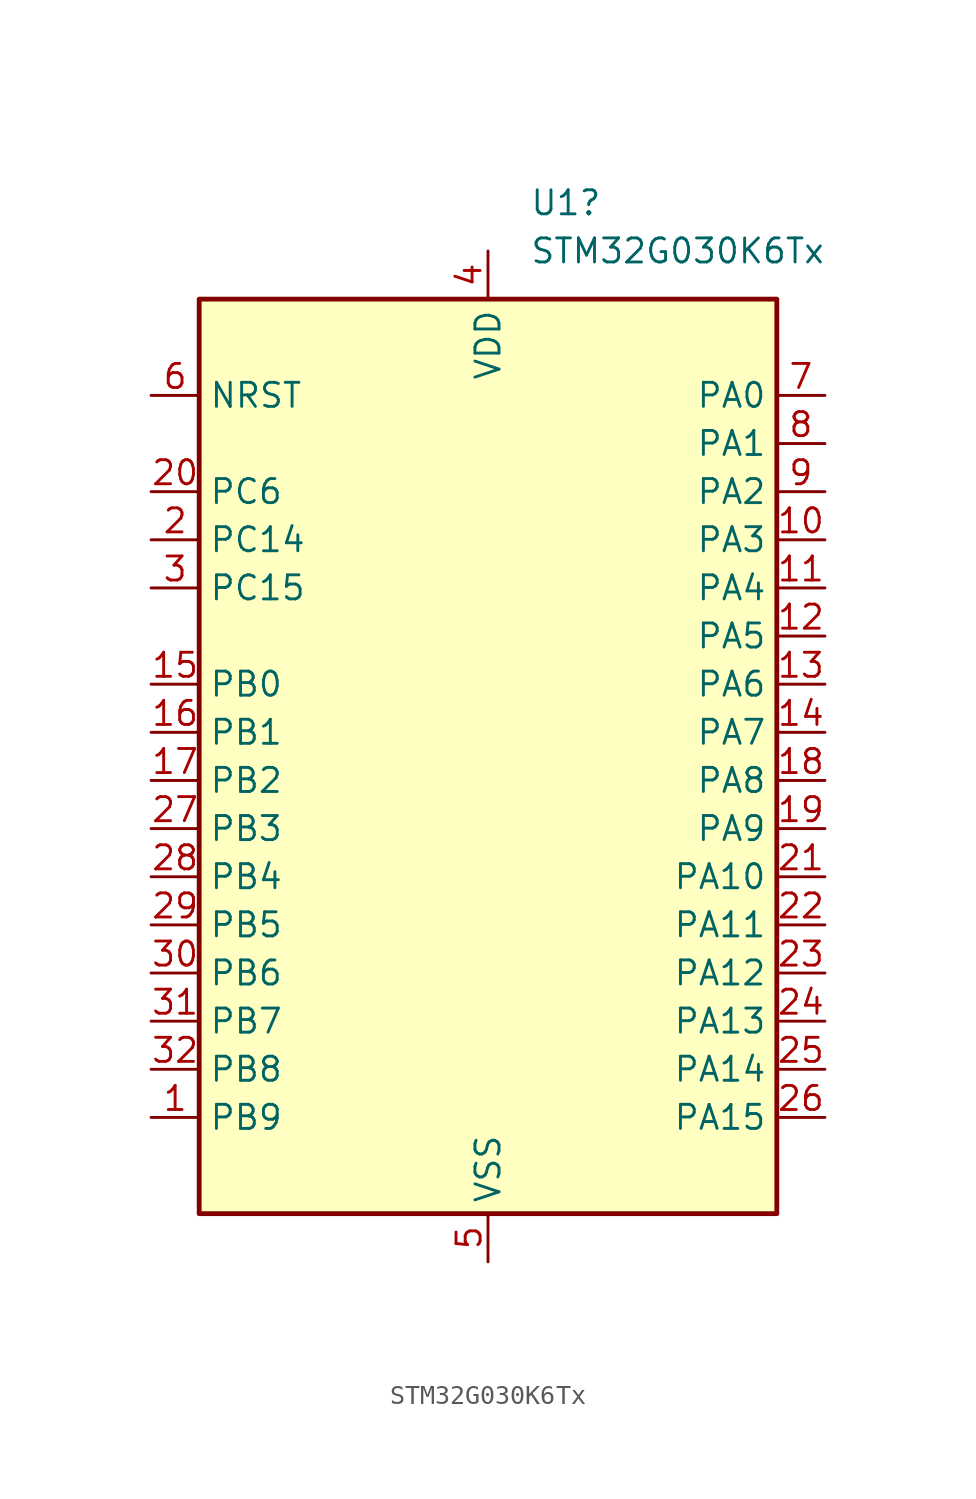
<source format=kicad_sym>
(kicad_symbol_lib
  (version 20231120)
  (generator "kicad_symbol_editor")
  (generator_version "8.0")
  (symbol "STM32G030K6Tx"
    (property "Reference" "U1"
      (at 2.194 30.48 0)
      (effects (font (size 1.27 1.27)) (justify left)))
    (property "Value" "STM32G030K6Tx"
      (at 2.194 27.94 0)
      (effects (font (size 1.27 1.27)) (justify left)))
    (symbol "STM32G030K6Tx_0_1"
      (rectangle (start -15.24 25.4) (end 15.24 -22.86) (stroke (width 0.254) (type default)) (fill (type background))))
    (symbol "STM32G030K6Tx_1_1"
      (pin bidirectional line (at -17.78 -17.78 0) (length 2.54) (name "PB9" (effects (font (size 1.27 1.27)))) (number "1" (effects (font (size 1.27 1.27)))) (alternate "I2C1_SDA" bidirectional line) (alternate "IR_OUT" bidirectional line) (alternate "SPI2_NSS" bidirectional line) (alternate "TIM17_CH1" bidirectional line))
      (pin bidirectional line (at 17.78 12.7 180) (length 2.54) (name "PA3" (effects (font (size 1.27 1.27)))) (number "10" (effects (font (size 1.27 1.27)))) (alternate "ADC1_IN3" bidirectional line) (alternate "SPI2_MISO" bidirectional line) (alternate "USART2_RX" bidirectional line))
      (pin bidirectional line (at 17.78 10.16 180) (length 2.54) (name "PA4" (effects (font (size 1.27 1.27)))) (number "11" (effects (font (size 1.27 1.27)))) (alternate "ADC1_IN4" bidirectional line) (alternate "I2S1_WS" bidirectional line) (alternate "RTC_OUT_ALARM" bidirectional line) (alternate "RTC_OUT_CALIB" bidirectional line) (alternate "RTC_TAMP_IN1" bidirectional line) (alternate "RTC_TS" bidirectional line) (alternate "SPI1_NSS" bidirectional line) (alternate "SPI2_MOSI" bidirectional line) (alternate "SYS_WKUP2" bidirectional line) (alternate "TIM14_CH1" bidirectional line))
      (pin bidirectional line (at 17.78 7.62 180) (length 2.54) (name "PA5" (effects (font (size 1.27 1.27)))) (number "12" (effects (font (size 1.27 1.27)))) (alternate "ADC1_IN5" bidirectional line) (alternate "I2S1_CK" bidirectional line) (alternate "SPI1_SCK" bidirectional line))
      (pin bidirectional line (at 17.78 5.08 180) (length 2.54) (name "PA6" (effects (font (size 1.27 1.27)))) (number "13" (effects (font (size 1.27 1.27)))) (alternate "ADC1_IN6" bidirectional line) (alternate "I2S1_MCK" bidirectional line) (alternate "SPI1_MISO" bidirectional line) (alternate "TIM16_CH1" bidirectional line) (alternate "TIM1_BK" bidirectional line) (alternate "TIM3_CH1" bidirectional line))
      (pin bidirectional line (at 17.78 2.54 180) (length 2.54) (name "PA7" (effects (font (size 1.27 1.27)))) (number "14" (effects (font (size 1.27 1.27)))) (alternate "ADC1_IN7" bidirectional line) (alternate "I2S1_SD" bidirectional line) (alternate "SPI1_MOSI" bidirectional line) (alternate "TIM14_CH1" bidirectional line) (alternate "TIM17_CH1" bidirectional line) (alternate "TIM1_CH1N" bidirectional line) (alternate "TIM3_CH2" bidirectional line))
      (pin bidirectional line (at -17.78 5.08 0) (length 2.54) (name "PB0" (effects (font (size 1.27 1.27)))) (number "15" (effects (font (size 1.27 1.27)))) (alternate "ADC1_IN8" bidirectional line) (alternate "I2S1_WS" bidirectional line) (alternate "SPI1_NSS" bidirectional line) (alternate "TIM1_CH2N" bidirectional line) (alternate "TIM3_CH3" bidirectional line))
      (pin bidirectional line (at -17.78 2.54 0) (length 2.54) (name "PB1" (effects (font (size 1.27 1.27)))) (number "16" (effects (font (size 1.27 1.27)))) (alternate "ADC1_IN9" bidirectional line) (alternate "TIM14_CH1" bidirectional line) (alternate "TIM1_CH3N" bidirectional line) (alternate "TIM3_CH4" bidirectional line))
      (pin bidirectional line (at -17.78 0 0) (length 2.54) (name "PB2" (effects (font (size 1.27 1.27)))) (number "17" (effects (font (size 1.27 1.27)))) (alternate "ADC1_IN10" bidirectional line) (alternate "SPI2_MISO" bidirectional line))
      (pin bidirectional line (at 17.78 0 180) (length 2.54) (name "PA8" (effects (font (size 1.27 1.27)))) (number "18" (effects (font (size 1.27 1.27)))) (alternate "RCC_MCO" bidirectional line) (alternate "SPI2_NSS" bidirectional line) (alternate "TIM1_CH1" bidirectional line))
      (pin bidirectional line (at 17.78 -2.54 180) (length 2.54) (name "PA9" (effects (font (size 1.27 1.27)))) (number "19" (effects (font (size 1.27 1.27)))) (alternate "I2C1_SCL (PA9)" bidirectional line) (alternate "NC" bidirectional line) (alternate "PA9" bidirectional line) (alternate "RCC_MCO (PA9)" bidirectional line) (alternate "SPI2_MISO (PA9)" bidirectional line) (alternate "TIM1_CH2 (PA9)" bidirectional line) (alternate "USART1_TX (PA9)" bidirectional line))
      (pin bidirectional line (at -17.78 12.7 0) (length 2.54) (name "PC14" (effects (font (size 1.27 1.27)))) (number "2" (effects (font (size 1.27 1.27)))) (alternate "RCC_OSC32_IN" bidirectional line) (alternate "RCC_OSC_IN" bidirectional line) (alternate "TIM1_BK2" bidirectional line))
      (pin bidirectional line (at -17.78 15.24 0) (length 2.54) (name "PC6" (effects (font (size 1.27 1.27)))) (number "20" (effects (font (size 1.27 1.27)))) (alternate "TIM3_CH1" bidirectional line))
      (pin bidirectional line (at 17.78 -5.08 180) (length 2.54) (name "PA10" (effects (font (size 1.27 1.27)))) (number "21" (effects (font (size 1.27 1.27)))) (alternate "I2C1_SDA (PA10)" bidirectional line) (alternate "NC" bidirectional line) (alternate "PA10" bidirectional line) (alternate "SPI2_MOSI (PA10)" bidirectional line) (alternate "TIM17_BK (PA10)" bidirectional line) (alternate "TIM1_CH3 (PA10)" bidirectional line) (alternate "USART1_RX (PA10)" bidirectional line))
      (pin bidirectional line (at 17.78 -7.62 180) (length 2.54) (name "PA11" (effects (font (size 1.27 1.27)))) (number "22" (effects (font (size 1.27 1.27)))) (alternate "ADC1_EXTI11 (PA11)" bidirectional line) (alternate "ADC1_IN15 (PA11)" bidirectional line) (alternate "I2C1_SCL (PA9)" bidirectional line) (alternate "I2C2_SCL (PA11)" bidirectional line) (alternate "I2S1_MCK (PA11)" bidirectional line) (alternate "PA11" bidirectional line) (alternate "PA9" bidirectional line) (alternate "RCC_MCO (PA9)" bidirectional line) (alternate "SPI1_MISO (PA11)" bidirectional line) (alternate "SPI2_MISO (PA9)" bidirectional line) (alternate "TIM1_BK2 (PA11)" bidirectional line) (alternate "TIM1_CH2 (PA9)" bidirectional line) (alternate "TIM1_CH4 (PA11)" bidirectional line) (alternate "USART1_CTS (PA11)" bidirectional line) (alternate "USART1_NSS (PA11)" bidirectional line) (alternate "USART1_TX (PA9)" bidirectional line))
      (pin bidirectional line (at 17.78 -10.16 180) (length 2.54) (name "PA12" (effects (font (size 1.27 1.27)))) (number "23" (effects (font (size 1.27 1.27)))) (alternate "ADC1_IN16 (PA12)" bidirectional line) (alternate "I2C1_SDA (PA10)" bidirectional line) (alternate "I2C2_SDA (PA12)" bidirectional line) (alternate "I2S1_SD (PA12)" bidirectional line) (alternate "I2S_CKIN (PA12)" bidirectional line) (alternate "PA10" bidirectional line) (alternate "PA12" bidirectional line) (alternate "SPI1_MOSI (PA12)" bidirectional line) (alternate "SPI2_MOSI (PA10)" bidirectional line) (alternate "TIM17_BK (PA10)" bidirectional line) (alternate "TIM1_CH3 (PA10)" bidirectional line) (alternate "TIM1_ETR (PA12)" bidirectional line) (alternate "USART1_CK (PA12)" bidirectional line) (alternate "USART1_DE (PA12)" bidirectional line) (alternate "USART1_RTS (PA12)" bidirectional line) (alternate "USART1_RX (PA10)" bidirectional line))
      (pin bidirectional line (at 17.78 -12.7 180) (length 2.54) (name "PA13" (effects (font (size 1.27 1.27)))) (number "24" (effects (font (size 1.27 1.27)))) (alternate "ADC1_IN17" bidirectional line) (alternate "IR_OUT" bidirectional line) (alternate "SYS_SWDIO" bidirectional line))
      (pin bidirectional line (at 17.78 -15.24 180) (length 2.54) (name "PA14" (effects (font (size 1.27 1.27)))) (number "25" (effects (font (size 1.27 1.27)))) (alternate "ADC1_IN18" bidirectional line) (alternate "SYS_SWCLK" bidirectional line) (alternate "USART2_TX" bidirectional line))
      (pin bidirectional line (at 17.78 -17.78 180) (length 2.54) (name "PA15" (effects (font (size 1.27 1.27)))) (number "26" (effects (font (size 1.27 1.27)))) (alternate "I2S1_WS" bidirectional line) (alternate "SPI1_NSS" bidirectional line) (alternate "USART2_RX" bidirectional line))
      (pin bidirectional line (at -17.78 -2.54 0) (length 2.54) (name "PB3" (effects (font (size 1.27 1.27)))) (number "27" (effects (font (size 1.27 1.27)))) (alternate "I2S1_CK" bidirectional line) (alternate "SPI1_SCK" bidirectional line) (alternate "TIM1_CH2" bidirectional line) (alternate "USART1_CK" bidirectional line) (alternate "USART1_DE" bidirectional line) (alternate "USART1_RTS" bidirectional line))
      (pin bidirectional line (at -17.78 -5.08 0) (length 2.54) (name "PB4" (effects (font (size 1.27 1.27)))) (number "28" (effects (font (size 1.27 1.27)))) (alternate "I2S1_MCK" bidirectional line) (alternate "SPI1_MISO" bidirectional line) (alternate "TIM17_BK" bidirectional line) (alternate "TIM3_CH1" bidirectional line) (alternate "USART1_CTS" bidirectional line) (alternate "USART1_NSS" bidirectional line))
      (pin bidirectional line (at -17.78 -7.62 0) (length 2.54) (name "PB5" (effects (font (size 1.27 1.27)))) (number "29" (effects (font (size 1.27 1.27)))) (alternate "I2C1_SMBA" bidirectional line) (alternate "I2S1_SD" bidirectional line) (alternate "SPI1_MOSI" bidirectional line) (alternate "SYS_WKUP6" bidirectional line) (alternate "TIM16_BK" bidirectional line) (alternate "TIM3_CH2" bidirectional line))
      (pin bidirectional line (at -17.78 10.16 0) (length 2.54) (name "PC15" (effects (font (size 1.27 1.27)))) (number "3" (effects (font (size 1.27 1.27)))) (alternate "RCC_OSC32_EN" bidirectional line) (alternate "RCC_OSC32_OUT" bidirectional line) (alternate "RCC_OSC_EN" bidirectional line))
      (pin bidirectional line (at -17.78 -10.16 0) (length 2.54) (name "PB6" (effects (font (size 1.27 1.27)))) (number "30" (effects (font (size 1.27 1.27)))) (alternate "I2C1_SCL" bidirectional line) (alternate "SPI2_MISO" bidirectional line) (alternate "TIM16_CH1N" bidirectional line) (alternate "TIM1_CH3" bidirectional line) (alternate "USART1_TX" bidirectional line))
      (pin bidirectional line (at -17.78 -12.7 0) (length 2.54) (name "PB7" (effects (font (size 1.27 1.27)))) (number "31" (effects (font (size 1.27 1.27)))) (alternate "ADC1_IN11" bidirectional line) (alternate "I2C1_SDA" bidirectional line) (alternate "SPI2_MOSI" bidirectional line) (alternate "SYS_PVD_IN" bidirectional line) (alternate "TIM17_CH1N" bidirectional line) (alternate "USART1_RX" bidirectional line))
      (pin bidirectional line (at -17.78 -15.24 0) (length 2.54) (name "PB8" (effects (font (size 1.27 1.27)))) (number "32" (effects (font (size 1.27 1.27)))) (alternate "I2C1_SCL" bidirectional line) (alternate "SPI2_SCK" bidirectional line) (alternate "TIM16_CH1" bidirectional line))
      (pin power_in line (at 0 27.94 270) (length 2.54) (name "VDD" (effects (font (size 1.27 1.27)))) (number "4" (effects (font (size 1.27 1.27)))))
      (pin power_in line (at 0 -25.4 90) (length 2.54) (name "VSS" (effects (font (size 1.27 1.27)))) (number "5" (effects (font (size 1.27 1.27)))))
      (pin input line (at -17.78 20.32 0) (length 2.54) (name "NRST" (effects (font (size 1.27 1.27)))) (number "6" (effects (font (size 1.27 1.27)))))
      (pin bidirectional line (at 17.78 20.32 180) (length 2.54) (name "PA0" (effects (font (size 1.27 1.27)))) (number "7" (effects (font (size 1.27 1.27)))) (alternate "ADC1_IN0" bidirectional line) (alternate "RTC_TAMP_IN2" bidirectional line) (alternate "SPI2_SCK" bidirectional line) (alternate "SYS_WKUP1" bidirectional line) (alternate "USART2_CTS" bidirectional line) (alternate "USART2_NSS" bidirectional line))
      (pin bidirectional line (at 17.78 17.78 180) (length 2.54) (name "PA1" (effects (font (size 1.27 1.27)))) (number "8" (effects (font (size 1.27 1.27)))) (alternate "ADC1_IN1" bidirectional line) (alternate "I2C1_SMBA" bidirectional line) (alternate "I2S1_CK" bidirectional line) (alternate "SPI1_SCK" bidirectional line) (alternate "USART2_CK" bidirectional line) (alternate "USART2_DE" bidirectional line) (alternate "USART2_RTS" bidirectional line))
      (pin bidirectional line (at 17.78 15.24 180) (length 2.54) (name "PA2" (effects (font (size 1.27 1.27)))) (number "9" (effects (font (size 1.27 1.27)))) (alternate "ADC1_IN2" bidirectional line) (alternate "I2S1_SD" bidirectional line) (alternate "RCC_LSCO" bidirectional line) (alternate "SPI1_MOSI" bidirectional line) (alternate "SYS_WKUP4" bidirectional line) (alternate "USART2_TX" bidirectional line)))))
</source>
